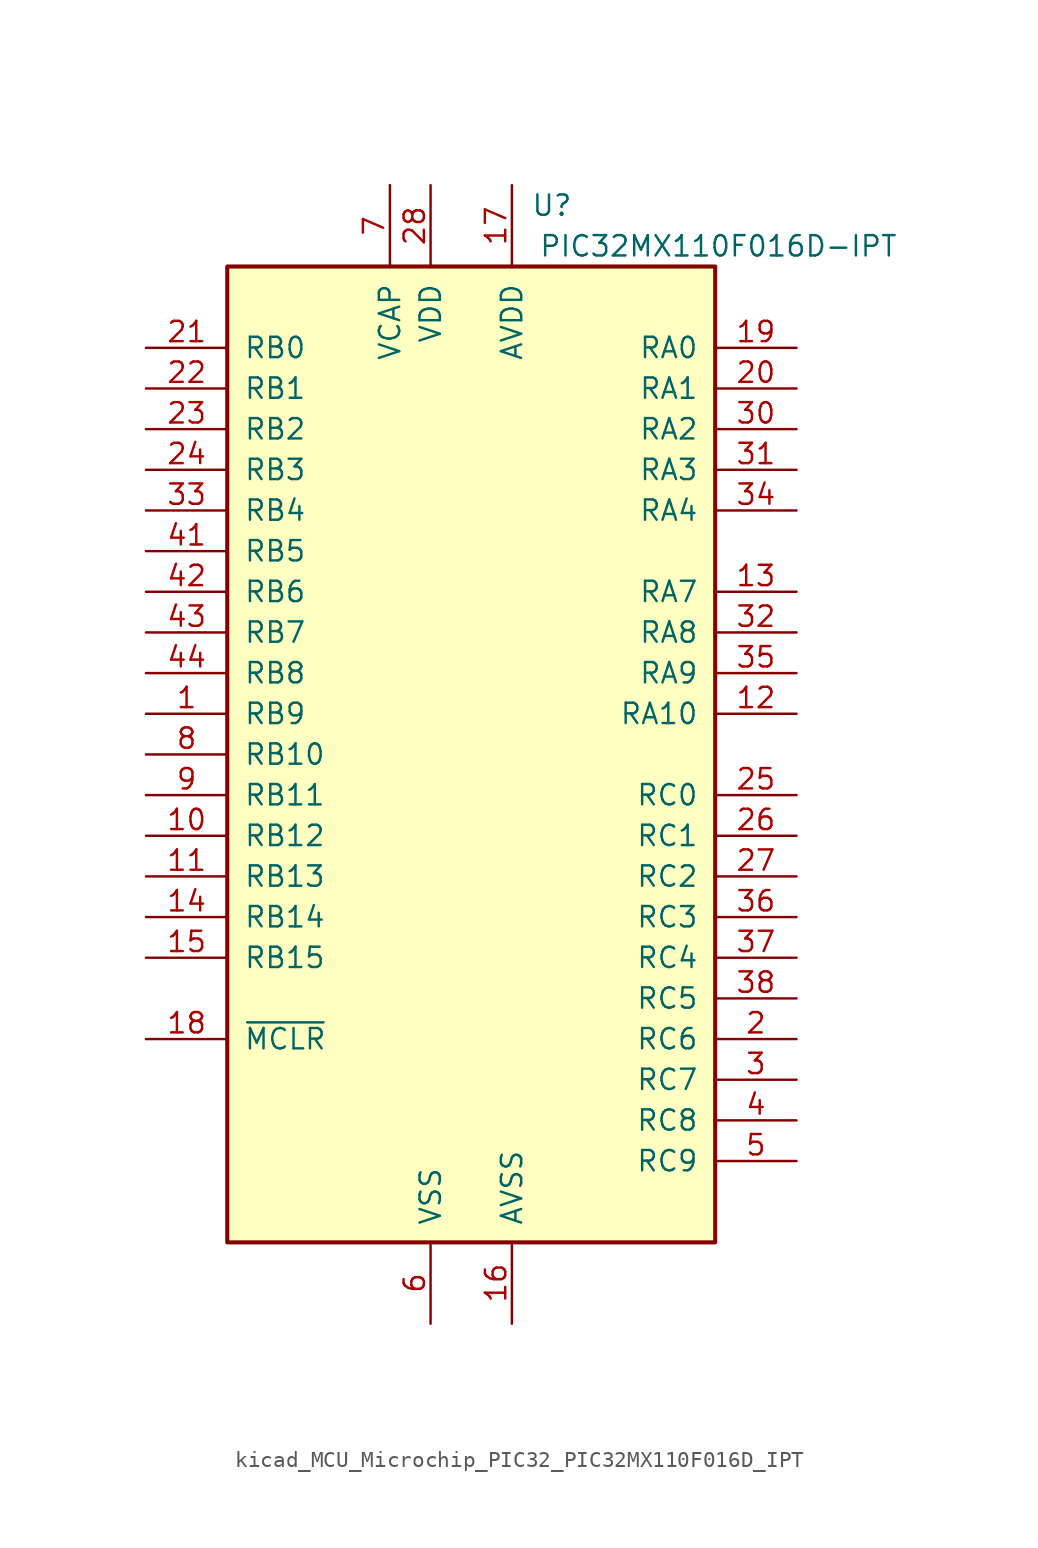
<source format=kicad_sym>
(kicad_symbol_lib
  (version 20220914)
  (generator kicad_symbol_editor)
  (symbol "kicad_MCU_Microchip_PIC32_PIC32MX110F016D_IPT"
    (pin_names
      (offset 1.016))
    (property "Reference" "U"
      (at 6.35 34.29 0)
      (effects (font (size 1.27 1.27)) (justify right)))
    (property "Value" "PIC32MX110F016D-IPT"
      (at 26.67 31.75 0)
      (effects (font (size 1.27 1.27)) (justify right)))
    (symbol "kicad_MCU_Microchip_PIC32_PIC32MX110F016D_IPT_0_1"
      (rectangle (start -15.24 30.48) (end 15.24 -30.48) (stroke (width 0.254) (type default)) (fill (type background))))
    (symbol "kicad_MCU_Microchip_PIC32_PIC32MX110F016D_IPT_1_1"
      (pin bidirectional line (at -20.32 2.54 0) (length 5.08) (name "RB9" (effects (font (size 1.27 1.27)))) (number "1" (effects (font (size 1.27 1.27)))))
      (pin bidirectional line (at -20.32 -5.08 0) (length 5.08) (name "RB12" (effects (font (size 1.27 1.27)))) (number "10" (effects (font (size 1.27 1.27)))))
      (pin bidirectional line (at -20.32 -7.62 0) (length 5.08) (name "RB13" (effects (font (size 1.27 1.27)))) (number "11" (effects (font (size 1.27 1.27)))))
      (pin bidirectional line (at 20.32 2.54 180) (length 5.08) (name "RA10" (effects (font (size 1.27 1.27)))) (number "12" (effects (font (size 1.27 1.27)))))
      (pin bidirectional line (at 20.32 10.16 180) (length 5.08) (name "RA7" (effects (font (size 1.27 1.27)))) (number "13" (effects (font (size 1.27 1.27)))))
      (pin bidirectional line (at -20.32 -10.16 0) (length 5.08) (name "RB14" (effects (font (size 1.27 1.27)))) (number "14" (effects (font (size 1.27 1.27)))))
      (pin bidirectional line (at -20.32 -12.7 0) (length 5.08) (name "RB15" (effects (font (size 1.27 1.27)))) (number "15" (effects (font (size 1.27 1.27)))))
      (pin power_in line (at 2.54 -35.56 90) (length 5.08) (name "AVSS" (effects (font (size 1.27 1.27)))) (number "16" (effects (font (size 1.27 1.27)))))
      (pin power_in line (at 2.54 35.56 270) (length 5.08) (name "AVDD" (effects (font (size 1.27 1.27)))) (number "17" (effects (font (size 1.27 1.27)))))
      (pin input line (at -20.32 -17.78 0) (length 5.08) (name "~{MCLR}" (effects (font (size 1.27 1.27)))) (number "18" (effects (font (size 1.27 1.27)))))
      (pin input line (at 20.32 25.4 180) (length 5.08) (name "RA0" (effects (font (size 1.27 1.27)))) (number "19" (effects (font (size 1.27 1.27)))))
      (pin bidirectional line (at 20.32 -17.78 180) (length 5.08) (name "RC6" (effects (font (size 1.27 1.27)))) (number "2" (effects (font (size 1.27 1.27)))))
      (pin input line (at 20.32 22.86 180) (length 5.08) (name "RA1" (effects (font (size 1.27 1.27)))) (number "20" (effects (font (size 1.27 1.27)))))
      (pin input line (at -20.32 25.4 0) (length 5.08) (name "RB0" (effects (font (size 1.27 1.27)))) (number "21" (effects (font (size 1.27 1.27)))))
      (pin input line (at -20.32 22.86 0) (length 5.08) (name "RB1" (effects (font (size 1.27 1.27)))) (number "22" (effects (font (size 1.27 1.27)))))
      (pin input line (at -20.32 20.32 0) (length 5.08) (name "RB2" (effects (font (size 1.27 1.27)))) (number "23" (effects (font (size 1.27 1.27)))))
      (pin input line (at -20.32 17.78 0) (length 5.08) (name "RB3" (effects (font (size 1.27 1.27)))) (number "24" (effects (font (size 1.27 1.27)))))
      (pin input line (at 20.32 -2.54 180) (length 5.08) (name "RC0" (effects (font (size 1.27 1.27)))) (number "25" (effects (font (size 1.27 1.27)))))
      (pin input line (at 20.32 -5.08 180) (length 5.08) (name "RC1" (effects (font (size 1.27 1.27)))) (number "26" (effects (font (size 1.27 1.27)))))
      (pin input line (at 20.32 -7.62 180) (length 5.08) (name "RC2" (effects (font (size 1.27 1.27)))) (number "27" (effects (font (size 1.27 1.27)))))
      (pin power_in line (at -2.54 35.56 270) (length 5.08) (name "VDD" (effects (font (size 1.27 1.27)))) (number "28" (effects (font (size 1.27 1.27)))))
      (pin passive line (at -2.54 -35.56 90) (length 5.08) hide (name "VSS" (effects (font (size 1.27 1.27)))) (number "29" (effects (font (size 1.27 1.27)))))
      (pin bidirectional line (at 20.32 -20.32 180) (length 5.08) (name "RC7" (effects (font (size 1.27 1.27)))) (number "3" (effects (font (size 1.27 1.27)))))
      (pin input line (at 20.32 20.32 180) (length 5.08) (name "RA2" (effects (font (size 1.27 1.27)))) (number "30" (effects (font (size 1.27 1.27)))))
      (pin input line (at 20.32 17.78 180) (length 5.08) (name "RA3" (effects (font (size 1.27 1.27)))) (number "31" (effects (font (size 1.27 1.27)))))
      (pin input line (at 20.32 7.62 180) (length 5.08) (name "RA8" (effects (font (size 1.27 1.27)))) (number "32" (effects (font (size 1.27 1.27)))))
      (pin input line (at -20.32 15.24 0) (length 5.08) (name "RB4" (effects (font (size 1.27 1.27)))) (number "33" (effects (font (size 1.27 1.27)))))
      (pin input line (at 20.32 15.24 180) (length 5.08) (name "RA4" (effects (font (size 1.27 1.27)))) (number "34" (effects (font (size 1.27 1.27)))))
      (pin input line (at 20.32 5.08 180) (length 5.08) (name "RA9" (effects (font (size 1.27 1.27)))) (number "35" (effects (font (size 1.27 1.27)))))
      (pin input line (at 20.32 -10.16 180) (length 5.08) (name "RC3" (effects (font (size 1.27 1.27)))) (number "36" (effects (font (size 1.27 1.27)))))
      (pin input line (at 20.32 -12.7 180) (length 5.08) (name "RC4" (effects (font (size 1.27 1.27)))) (number "37" (effects (font (size 1.27 1.27)))))
      (pin input line (at 20.32 -15.24 180) (length 5.08) (name "RC5" (effects (font (size 1.27 1.27)))) (number "38" (effects (font (size 1.27 1.27)))))
      (pin passive line (at -2.54 -35.56 90) (length 5.08) hide (name "VSS" (effects (font (size 1.27 1.27)))) (number "39" (effects (font (size 1.27 1.27)))))
      (pin bidirectional line (at 20.32 -22.86 180) (length 5.08) (name "RC8" (effects (font (size 1.27 1.27)))) (number "4" (effects (font (size 1.27 1.27)))))
      (pin passive line (at -2.54 35.56 270) (length 5.08) hide (name "VDD" (effects (font (size 1.27 1.27)))) (number "40" (effects (font (size 1.27 1.27)))))
      (pin input line (at -20.32 12.7 0) (length 5.08) (name "RB5" (effects (font (size 1.27 1.27)))) (number "41" (effects (font (size 1.27 1.27)))))
      (pin input line (at -20.32 10.16 0) (length 5.08) (name "RB6" (effects (font (size 1.27 1.27)))) (number "42" (effects (font (size 1.27 1.27)))))
      (pin input line (at -20.32 7.62 0) (length 5.08) (name "RB7" (effects (font (size 1.27 1.27)))) (number "43" (effects (font (size 1.27 1.27)))))
      (pin input line (at -20.32 5.08 0) (length 5.08) (name "RB8" (effects (font (size 1.27 1.27)))) (number "44" (effects (font (size 1.27 1.27)))))
      (pin bidirectional line (at 20.32 -25.4 180) (length 5.08) (name "RC9" (effects (font (size 1.27 1.27)))) (number "5" (effects (font (size 1.27 1.27)))))
      (pin power_in line (at -2.54 -35.56 90) (length 5.08) (name "VSS" (effects (font (size 1.27 1.27)))) (number "6" (effects (font (size 1.27 1.27)))))
      (pin power_in line (at -5.08 35.56 270) (length 5.08) (name "VCAP" (effects (font (size 1.27 1.27)))) (number "7" (effects (font (size 1.27 1.27)))))
      (pin bidirectional line (at -20.32 0 0) (length 5.08) (name "RB10" (effects (font (size 1.27 1.27)))) (number "8" (effects (font (size 1.27 1.27)))))
      (pin bidirectional line (at -20.32 -2.54 0) (length 5.08) (name "RB11" (effects (font (size 1.27 1.27)))) (number "9" (effects (font (size 1.27 1.27))))))))
</source>
